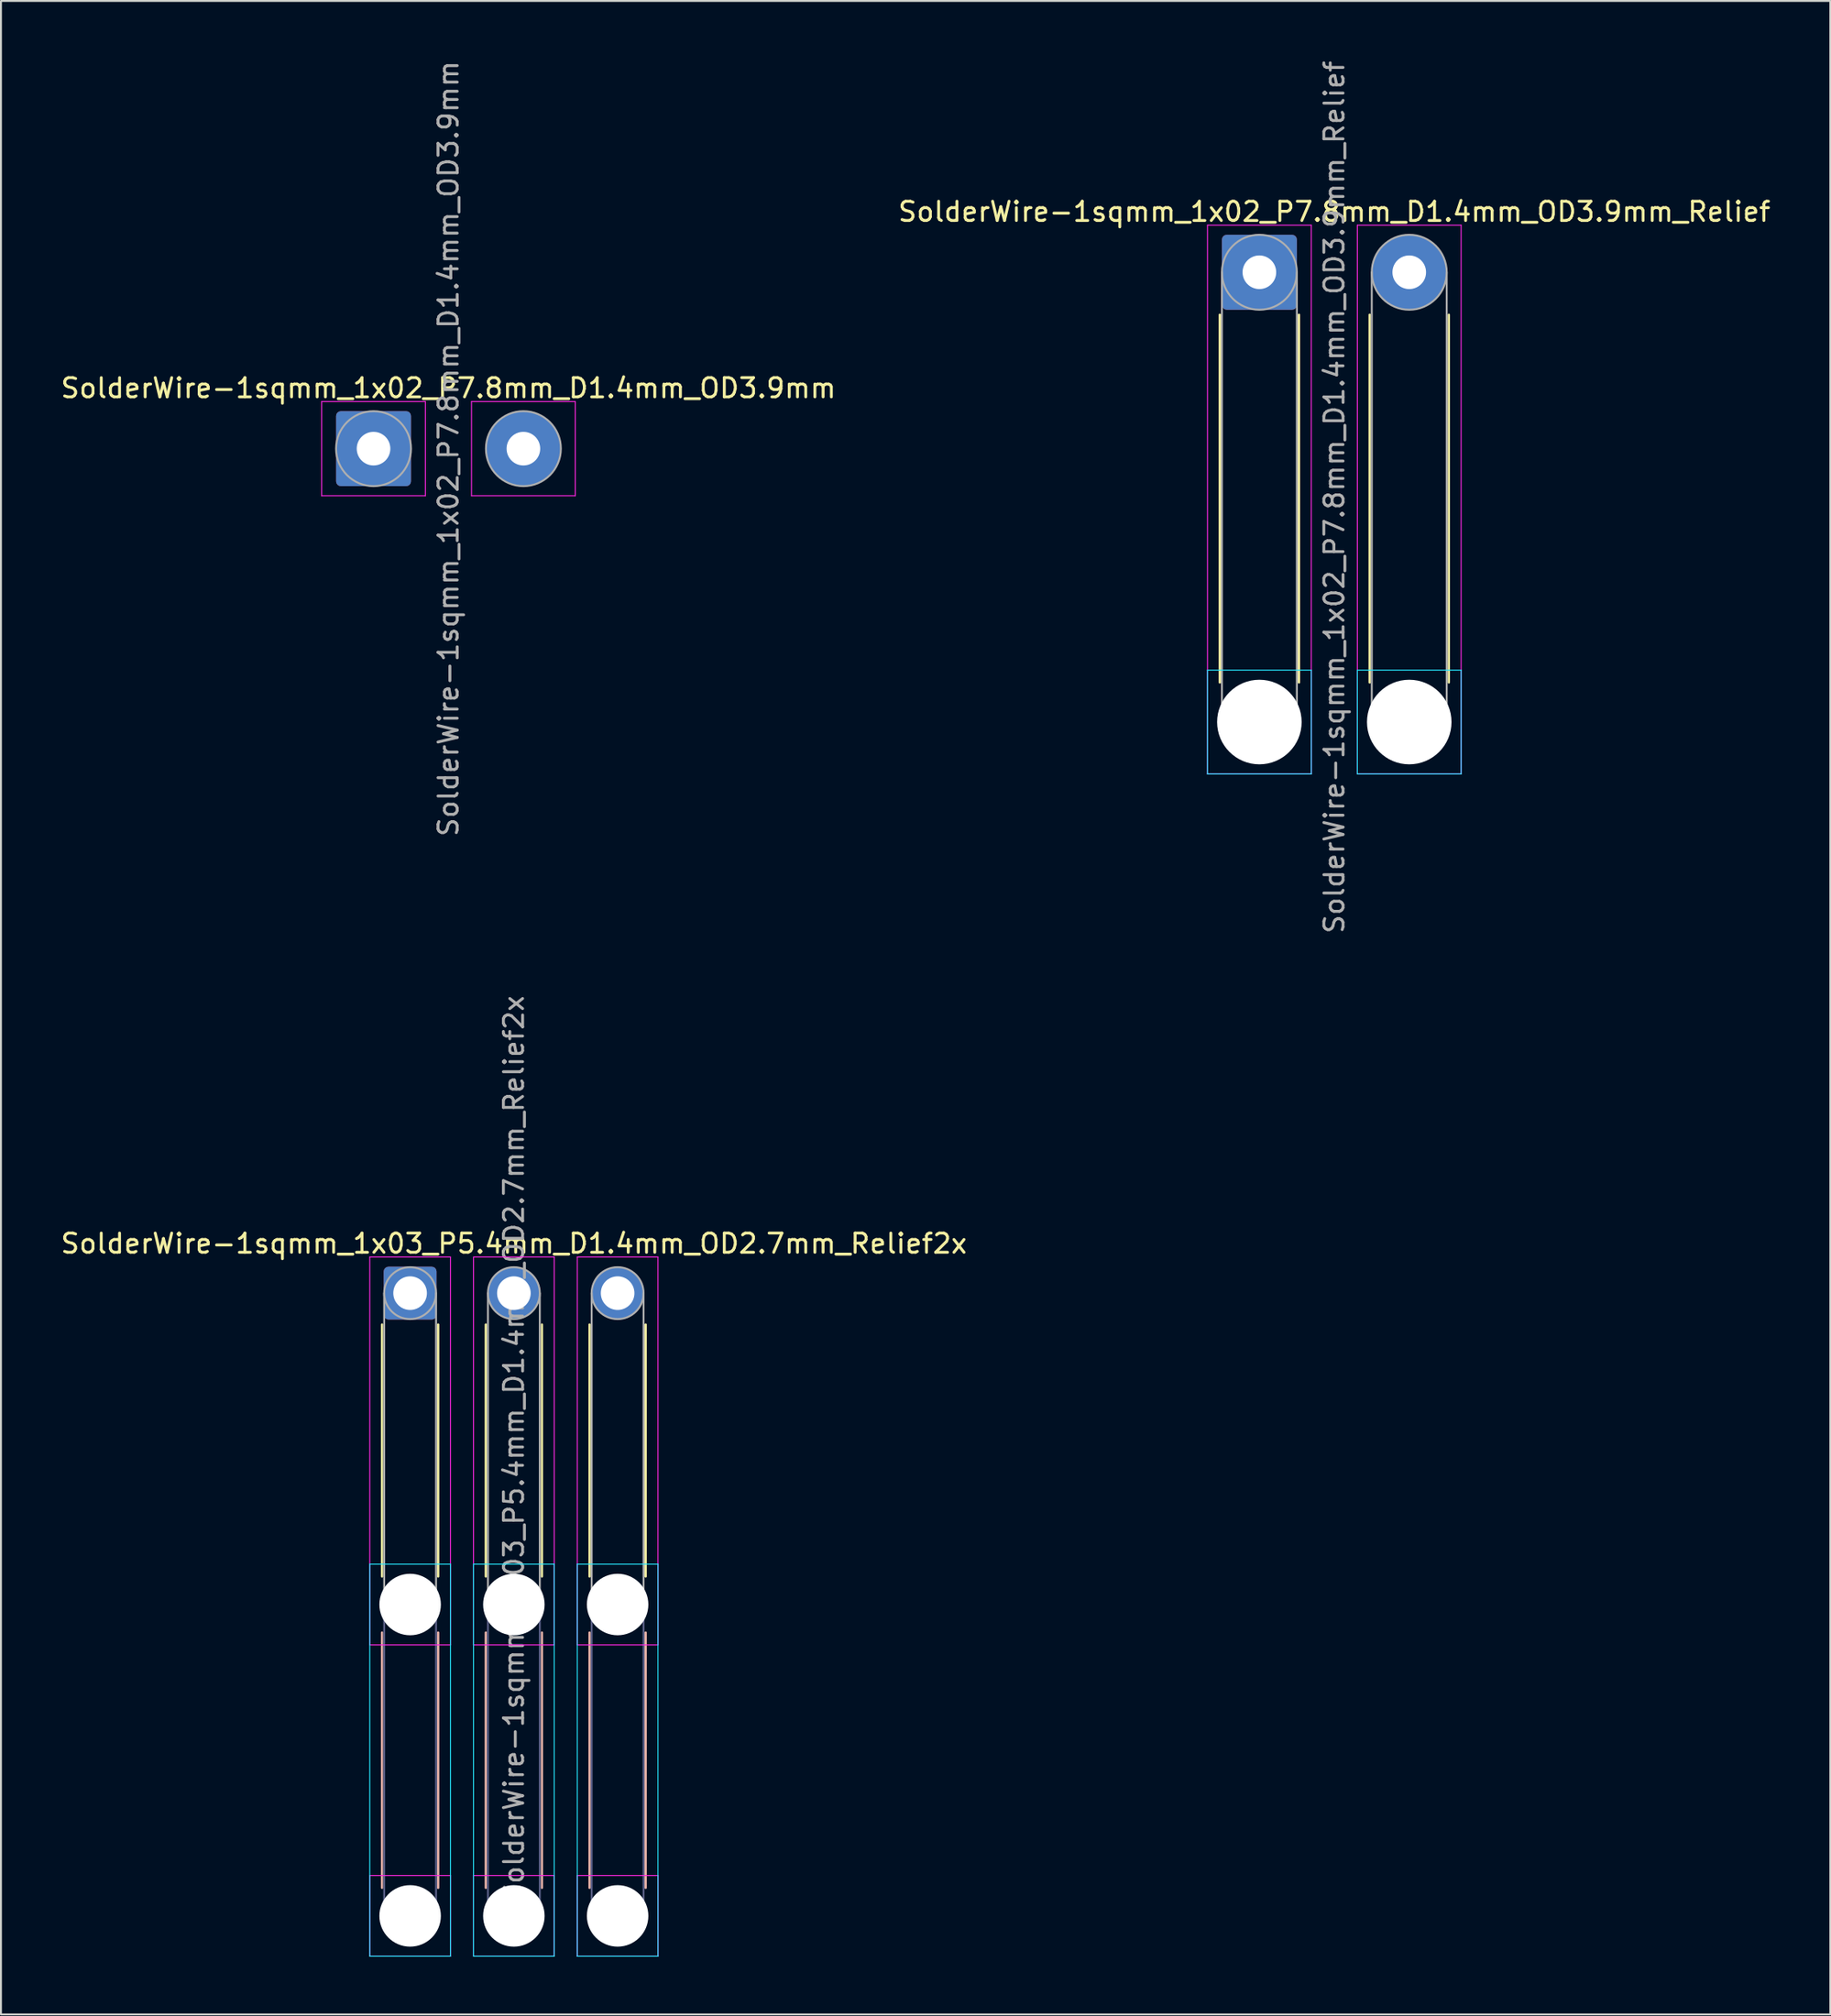
<source format=kicad_pcb>
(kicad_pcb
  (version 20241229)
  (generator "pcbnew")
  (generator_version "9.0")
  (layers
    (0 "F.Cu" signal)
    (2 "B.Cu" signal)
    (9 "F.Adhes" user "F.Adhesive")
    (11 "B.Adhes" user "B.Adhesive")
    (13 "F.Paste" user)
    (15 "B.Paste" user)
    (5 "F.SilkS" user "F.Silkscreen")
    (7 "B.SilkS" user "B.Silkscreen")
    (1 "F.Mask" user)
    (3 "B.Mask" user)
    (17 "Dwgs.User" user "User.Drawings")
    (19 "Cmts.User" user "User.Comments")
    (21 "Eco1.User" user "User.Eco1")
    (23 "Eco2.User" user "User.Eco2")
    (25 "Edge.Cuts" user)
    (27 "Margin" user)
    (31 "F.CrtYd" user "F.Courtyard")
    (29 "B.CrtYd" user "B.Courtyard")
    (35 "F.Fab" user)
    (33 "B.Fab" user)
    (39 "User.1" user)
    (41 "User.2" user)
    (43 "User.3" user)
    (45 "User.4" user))
  (footprint "SolderWire-1sqmm_1x03_P5.4mm_D1.4mm_OD2.7mm_Relief2x"
    (layer "F.Cu")
    (at 18.296 64.227)
    (property "Reference" "SolderWire-1sqmm_1x03_P5.4mm_D1.4mm_OD2.7mm_Relief2x" (at 5.4 -2.58 0) (layer "F.SilkS") (effects (font (size 1 1) (thickness 0.15))))
    (attr exclude_from_pos_files exclude_from_bom)
    (fp_line (start -1.46 1.635) (end -1.46 14.74) (stroke (width 0.12) (type solid)) (layer "F.SilkS"))
    (fp_line (start 1.46 1.635) (end 1.46 14.74) (stroke (width 0.12) (type solid)) (layer "F.SilkS"))
    (fp_line (start 3.94 1.635) (end 3.94 14.74) (stroke (width 0.12) (type solid)) (layer "F.SilkS"))
    (fp_line (start 6.86 1.635) (end 6.86 14.74) (stroke (width 0.12) (type solid)) (layer "F.SilkS"))
    (fp_line (start 9.34 1.635) (end 9.34 14.74) (stroke (width 0.12) (type solid)) (layer "F.SilkS"))
    (fp_line (start 12.26 1.635) (end 12.26 14.74) (stroke (width 0.12) (type solid)) (layer "F.SilkS"))
    (fp_line (start -1.46 17.66) (end -1.46 30.94) (stroke (width 0.12) (type solid)) (layer "B.SilkS"))
    (fp_line (start 1.46 17.66) (end 1.46 30.94) (stroke (width 0.12) (type solid)) (layer "B.SilkS"))
    (fp_line (start 3.94 17.66) (end 3.94 30.94) (stroke (width 0.12) (type solid)) (layer "B.SilkS"))
    (fp_line (start 6.86 17.66) (end 6.86 30.94) (stroke (width 0.12) (type solid)) (layer "B.SilkS"))
    (fp_line (start 9.34 17.66) (end 9.34 30.94) (stroke (width 0.12) (type solid)) (layer "B.SilkS"))
    (fp_line (start 12.26 17.66) (end 12.26 30.94) (stroke (width 0.12) (type solid)) (layer "B.SilkS"))
    (fp_line (start -2.1 14.1) (end -2.1 34.5) (stroke (width 0.05) (type solid)) (layer "B.CrtYd"))
    (fp_line (start -2.1 34.5) (end 2.1 34.5) (stroke (width 0.05) (type solid)) (layer "B.CrtYd"))
    (fp_line (start 2.1 14.1) (end -2.1 14.1) (stroke (width 0.05) (type solid)) (layer "B.CrtYd"))
    (fp_line (start 2.1 34.5) (end 2.1 14.1) (stroke (width 0.05) (type solid)) (layer "B.CrtYd"))
    (fp_line (start 3.3 14.1) (end 3.3 34.5) (stroke (width 0.05) (type solid)) (layer "B.CrtYd"))
    (fp_line (start 3.3 34.5) (end 7.5 34.5) (stroke (width 0.05) (type solid)) (layer "B.CrtYd"))
    (fp_line (start 7.5 14.1) (end 3.3 14.1) (stroke (width 0.05) (type solid)) (layer "B.CrtYd"))
    (fp_line (start 7.5 34.5) (end 7.5 14.1) (stroke (width 0.05) (type solid)) (layer "B.CrtYd"))
    (fp_line (start 8.7 14.1) (end 8.7 34.5) (stroke (width 0.05) (type solid)) (layer "B.CrtYd"))
    (fp_line (start 8.7 34.5) (end 12.9 34.5) (stroke (width 0.05) (type solid)) (layer "B.CrtYd"))
    (fp_line (start 12.9 14.1) (end 8.7 14.1) (stroke (width 0.05) (type solid)) (layer "B.CrtYd"))
    (fp_line (start 12.9 34.5) (end 12.9 14.1) (stroke (width 0.05) (type solid)) (layer "B.CrtYd"))
    (fp_line (start -2.1 -1.88) (end -2.1 18.3) (stroke (width 0.05) (type solid)) (layer "F.CrtYd"))
    (fp_line (start -2.1 18.3) (end 2.1 18.3) (stroke (width 0.05) (type solid)) (layer "F.CrtYd"))
    (fp_line (start -2.1 30.3) (end -2.1 34.5) (stroke (width 0.05) (type solid)) (layer "F.CrtYd"))
    (fp_line (start -2.1 34.5) (end 2.1 34.5) (stroke (width 0.05) (type solid)) (layer "F.CrtYd"))
    (fp_line (start 2.1 -1.88) (end -2.1 -1.88) (stroke (width 0.05) (type solid)) (layer "F.CrtYd"))
    (fp_line (start 2.1 18.3) (end 2.1 -1.88) (stroke (width 0.05) (type solid)) (layer "F.CrtYd"))
    (fp_line (start 2.1 30.3) (end -2.1 30.3) (stroke (width 0.05) (type solid)) (layer "F.CrtYd"))
    (fp_line (start 2.1 34.5) (end 2.1 30.3) (stroke (width 0.05) (type solid)) (layer "F.CrtYd"))
    (fp_line (start 3.3 -1.88) (end 3.3 18.3) (stroke (width 0.05) (type solid)) (layer "F.CrtYd"))
    (fp_line (start 3.3 18.3) (end 7.5 18.3) (stroke (width 0.05) (type solid)) (layer "F.CrtYd"))
    (fp_line (start 3.3 30.3) (end 3.3 34.5) (stroke (width 0.05) (type solid)) (layer "F.CrtYd"))
    (fp_line (start 3.3 34.5) (end 7.5 34.5) (stroke (width 0.05) (type solid)) (layer "F.CrtYd"))
    (fp_line (start 7.5 -1.88) (end 3.3 -1.88) (stroke (width 0.05) (type solid)) (layer "F.CrtYd"))
    (fp_line (start 7.5 18.3) (end 7.5 -1.88) (stroke (width 0.05) (type solid)) (layer "F.CrtYd"))
    (fp_line (start 7.5 30.3) (end 3.3 30.3) (stroke (width 0.05) (type solid)) (layer "F.CrtYd"))
    (fp_line (start 7.5 34.5) (end 7.5 30.3) (stroke (width 0.05) (type solid)) (layer "F.CrtYd"))
    (fp_line (start 8.7 -1.88) (end 8.7 18.3) (stroke (width 0.05) (type solid)) (layer "F.CrtYd"))
    (fp_line (start 8.7 18.3) (end 12.9 18.3) (stroke (width 0.05) (type solid)) (layer "F.CrtYd"))
    (fp_line (start 8.7 30.3) (end 8.7 34.5) (stroke (width 0.05) (type solid)) (layer "F.CrtYd"))
    (fp_line (start 8.7 34.5) (end 12.9 34.5) (stroke (width 0.05) (type solid)) (layer "F.CrtYd"))
    (fp_line (start 12.9 -1.88) (end 8.7 -1.88) (stroke (width 0.05) (type solid)) (layer "F.CrtYd"))
    (fp_line (start 12.9 18.3) (end 12.9 -1.88) (stroke (width 0.05) (type solid)) (layer "F.CrtYd"))
    (fp_line (start 12.9 30.3) (end 8.7 30.3) (stroke (width 0.05) (type solid)) (layer "F.CrtYd"))
    (fp_line (start 12.9 34.5) (end 12.9 30.3) (stroke (width 0.05) (type solid)) (layer "F.CrtYd"))
    (fp_line (start -1.35 16.2) (end -1.35 32.4) (stroke (width 0.1) (type solid)) (layer "B.Fab"))
    (fp_line (start 1.35 16.2) (end 1.35 32.4) (stroke (width 0.1) (type solid)) (layer "B.Fab"))
    (fp_line (start 4.05 16.2) (end 4.05 32.4) (stroke (width 0.1) (type solid)) (layer "B.Fab"))
    (fp_line (start 6.75 16.2) (end 6.75 32.4) (stroke (width 0.1) (type solid)) (layer "B.Fab"))
    (fp_line (start 9.45 16.2) (end 9.45 32.4) (stroke (width 0.1) (type solid)) (layer "B.Fab"))
    (fp_line (start 12.15 16.2) (end 12.15 32.4) (stroke (width 0.1) (type solid)) (layer "B.Fab"))
    (fp_circle (center 0 16.2) (end 1.35 16.2) (stroke (width 0.1) (type solid)) (fill no) (layer "B.Fab"))
    (fp_circle (center 0 32.4) (end 1.35 32.4) (stroke (width 0.1) (type solid)) (fill no) (layer "B.Fab"))
    (fp_circle (center 5.4 16.2) (end 6.75 16.2) (stroke (width 0.1) (type solid)) (fill no) (layer "B.Fab"))
    (fp_circle (center 5.4 32.4) (end 6.75 32.4) (stroke (width 0.1) (type solid)) (fill no) (layer "B.Fab"))
    (fp_circle (center 10.8 16.2) (end 12.15 16.2) (stroke (width 0.1) (type solid)) (fill no) (layer "B.Fab"))
    (fp_circle (center 10.8 32.4) (end 12.15 32.4) (stroke (width 0.1) (type solid)) (fill no) (layer "B.Fab"))
    (fp_line (start -1.35 0) (end -1.35 16.2) (stroke (width 0.1) (type solid)) (layer "F.Fab"))
    (fp_line (start 1.35 0) (end 1.35 16.2) (stroke (width 0.1) (type solid)) (layer "F.Fab"))
    (fp_line (start 4.05 0) (end 4.05 16.2) (stroke (width 0.1) (type solid)) (layer "F.Fab"))
    (fp_line (start 6.75 0) (end 6.75 16.2) (stroke (width 0.1) (type solid)) (layer "F.Fab"))
    (fp_line (start 9.45 0) (end 9.45 16.2) (stroke (width 0.1) (type solid)) (layer "F.Fab"))
    (fp_line (start 12.15 0) (end 12.15 16.2) (stroke (width 0.1) (type solid)) (layer "F.Fab"))
    (fp_circle (center 0 0) (end 1.35 0) (stroke (width 0.1) (type solid)) (fill no) (layer "F.Fab"))
    (fp_circle (center 0 16.2) (end 1.35 16.2) (stroke (width 0.1) (type solid)) (fill no) (layer "F.Fab"))
    (fp_circle (center 0 32.4) (end 1.35 32.4) (stroke (width 0.1) (type solid)) (fill no) (layer "F.Fab"))
    (fp_circle (center 5.4 0) (end 6.75 0) (stroke (width 0.1) (type solid)) (fill no) (layer "F.Fab"))
    (fp_circle (center 5.4 16.2) (end 6.75 16.2) (stroke (width 0.1) (type solid)) (fill no) (layer "F.Fab"))
    (fp_circle (center 5.4 32.4) (end 6.75 32.4) (stroke (width 0.1) (type solid)) (fill no) (layer "F.Fab"))
    (fp_circle (center 10.8 0) (end 12.15 0) (stroke (width 0.1) (type solid)) (fill no) (layer "F.Fab"))
    (fp_circle (center 10.8 16.2) (end 12.15 16.2) (stroke (width 0.1) (type solid)) (fill no) (layer "F.Fab"))
    (fp_circle (center 10.8 32.4) (end 12.15 32.4) (stroke (width 0.1) (type solid)) (fill no) (layer "F.Fab"))
    (fp_text user "${REFERENCE}" (at 5.4 8.1 90) (layer "F.Fab") (effects (font (size 1 1) (thickness 0.15))))
    (pad "" np_thru_hole circle (at 0 16.2) (size 3.2 3.2) (drill 3.2) (layers "*.Cu" "*.Mask"))
    (pad "" np_thru_hole circle (at 0 32.4) (size 3.2 3.2) (drill 3.2) (layers "*.Cu" "*.Mask"))
    (pad "" np_thru_hole circle (at 5.4 16.2) (size 3.2 3.2) (drill 3.2) (layers "*.Cu" "*.Mask"))
    (pad "" np_thru_hole circle (at 5.4 32.4) (size 3.2 3.2) (drill 3.2) (layers "*.Cu" "*.Mask"))
    (pad "" np_thru_hole circle (at 10.8 16.2) (size 3.2 3.2) (drill 3.2) (layers "*.Cu" "*.Mask"))
    (pad "" np_thru_hole circle (at 10.8 32.4) (size 3.2 3.2) (drill 3.2) (layers "*.Cu" "*.Mask"))
    (pad "1" thru_hole roundrect (at 0 0) (size 2.75 2.75) (drill 1.75) (layers "*.Cu" "*.Mask") (roundrect_rratio 0.091))
    (pad "2" thru_hole circle (at 5.4 0) (size 2.75 2.75) (drill 1.75) (layers "*.Cu" "*.Mask"))
    (pad "3" thru_hole circle (at 10.8 0) (size 2.75 2.75) (drill 1.75) (layers "*.Cu" "*.Mask")))
  (footprint "SolderWire-1sqmm_1x02_P7.8mm_D1.4mm_OD3.9mm"
    (layer "F.Cu")
    (at 16.392 20.292)
    (property "Reference" "SolderWire-1sqmm_1x02_P7.8mm_D1.4mm_OD3.9mm" (at 3.9 -3.15 0) (layer "F.SilkS") (effects (font (size 1 1) (thickness 0.15))))
    (attr exclude_from_pos_files exclude_from_bom)
    (fp_line (start -2.7 -2.45) (end -2.7 2.45) (stroke (width 0.05) (type solid)) (layer "F.CrtYd"))
    (fp_line (start -2.7 2.45) (end 2.7 2.45) (stroke (width 0.05) (type solid)) (layer "F.CrtYd"))
    (fp_line (start 2.7 -2.45) (end -2.7 -2.45) (stroke (width 0.05) (type solid)) (layer "F.CrtYd"))
    (fp_line (start 2.7 2.45) (end 2.7 -2.45) (stroke (width 0.05) (type solid)) (layer "F.CrtYd"))
    (fp_line (start 5.1 -2.45) (end 5.1 2.45) (stroke (width 0.05) (type solid)) (layer "F.CrtYd"))
    (fp_line (start 5.1 2.45) (end 10.5 2.45) (stroke (width 0.05) (type solid)) (layer "F.CrtYd"))
    (fp_line (start 10.5 -2.45) (end 5.1 -2.45) (stroke (width 0.05) (type solid)) (layer "F.CrtYd"))
    (fp_line (start 10.5 2.45) (end 10.5 -2.45) (stroke (width 0.05) (type solid)) (layer "F.CrtYd"))
    (fp_circle (center 0 0) (end 1.95 0) (stroke (width 0.1) (type solid)) (fill no) (layer "F.Fab"))
    (fp_circle (center 7.8 0) (end 9.75 0) (stroke (width 0.1) (type solid)) (fill no) (layer "F.Fab"))
    (fp_text user "${REFERENCE}" (at 3.9 0 90) (layer "F.Fab") (effects (font (size 1 1) (thickness 0.15))))
    (pad "1" thru_hole roundrect (at 0 0) (size 3.9 3.9) (drill 1.75) (layers "*.Cu" "*.Mask") (roundrect_rratio 0.064))
    (pad "2" thru_hole circle (at 7.8 0) (size 3.9 3.9) (drill 1.75) (layers "*.Cu" "*.Mask")))
  (footprint "SolderWire-1sqmm_1x02_P7.8mm_D1.4mm_OD3.9mm_Relief"
    (layer "F.Cu")
    (at 62.499 11.115)
    (property "Reference" "SolderWire-1sqmm_1x02_P7.8mm_D1.4mm_OD3.9mm_Relief" (at 3.9 -3.15 0) (layer "F.SilkS") (effects (font (size 1 1) (thickness 0.15))))
    (attr exclude_from_pos_files exclude_from_bom)
    (fp_line (start -2.06 2.21) (end -2.06 21.34) (stroke (width 0.12) (type solid)) (layer "F.SilkS"))
    (fp_line (start 2.06 2.21) (end 2.06 21.34) (stroke (width 0.12) (type solid)) (layer "F.SilkS"))
    (fp_line (start 5.74 2.21) (end 5.74 21.34) (stroke (width 0.12) (type solid)) (layer "F.SilkS"))
    (fp_line (start 9.86 2.21) (end 9.86 21.34) (stroke (width 0.12) (type solid)) (layer "F.SilkS"))
    (fp_line (start -2.7 20.7) (end -2.7 26.1) (stroke (width 0.05) (type solid)) (layer "B.CrtYd"))
    (fp_line (start -2.7 26.1) (end 2.7 26.1) (stroke (width 0.05) (type solid)) (layer "B.CrtYd"))
    (fp_line (start 2.7 20.7) (end -2.7 20.7) (stroke (width 0.05) (type solid)) (layer "B.CrtYd"))
    (fp_line (start 2.7 26.1) (end 2.7 20.7) (stroke (width 0.05) (type solid)) (layer "B.CrtYd"))
    (fp_line (start 5.1 20.7) (end 5.1 26.1) (stroke (width 0.05) (type solid)) (layer "B.CrtYd"))
    (fp_line (start 5.1 26.1) (end 10.5 26.1) (stroke (width 0.05) (type solid)) (layer "B.CrtYd"))
    (fp_line (start 10.5 20.7) (end 5.1 20.7) (stroke (width 0.05) (type solid)) (layer "B.CrtYd"))
    (fp_line (start 10.5 26.1) (end 10.5 20.7) (stroke (width 0.05) (type solid)) (layer "B.CrtYd"))
    (fp_line (start -2.7 -2.45) (end -2.7 26.1) (stroke (width 0.05) (type solid)) (layer "F.CrtYd"))
    (fp_line (start -2.7 26.1) (end 2.7 26.1) (stroke (width 0.05) (type solid)) (layer "F.CrtYd"))
    (fp_line (start 2.7 -2.45) (end -2.7 -2.45) (stroke (width 0.05) (type solid)) (layer "F.CrtYd"))
    (fp_line (start 2.7 26.1) (end 2.7 -2.45) (stroke (width 0.05) (type solid)) (layer "F.CrtYd"))
    (fp_line (start 5.1 -2.45) (end 5.1 26.1) (stroke (width 0.05) (type solid)) (layer "F.CrtYd"))
    (fp_line (start 5.1 26.1) (end 10.5 26.1) (stroke (width 0.05) (type solid)) (layer "F.CrtYd"))
    (fp_line (start 10.5 -2.45) (end 5.1 -2.45) (stroke (width 0.05) (type solid)) (layer "F.CrtYd"))
    (fp_line (start 10.5 26.1) (end 10.5 -2.45) (stroke (width 0.05) (type solid)) (layer "F.CrtYd"))
    (fp_line (start -1.95 0) (end -1.95 23.4) (stroke (width 0.1) (type solid)) (layer "F.Fab"))
    (fp_line (start 1.95 0) (end 1.95 23.4) (stroke (width 0.1) (type solid)) (layer "F.Fab"))
    (fp_line (start 5.85 0) (end 5.85 23.4) (stroke (width 0.1) (type solid)) (layer "F.Fab"))
    (fp_line (start 9.75 0) (end 9.75 23.4) (stroke (width 0.1) (type solid)) (layer "F.Fab"))
    (fp_circle (center 0 0) (end 1.95 0) (stroke (width 0.1) (type solid)) (fill no) (layer "F.Fab"))
    (fp_circle (center 0 23.4) (end 1.95 23.4) (stroke (width 0.1) (type solid)) (fill no) (layer "F.Fab"))
    (fp_circle (center 7.8 0) (end 9.75 0) (stroke (width 0.1) (type solid)) (fill no) (layer "F.Fab"))
    (fp_circle (center 7.8 23.4) (end 9.75 23.4) (stroke (width 0.1) (type solid)) (fill no) (layer "F.Fab"))
    (fp_text user "${REFERENCE}" (at 3.9 11.7 90) (layer "F.Fab") (effects (font (size 1 1) (thickness 0.15))))
    (pad "" np_thru_hole circle (at 0 23.4) (size 4.4 4.4) (drill 4.4) (layers "*.Cu" "*.Mask"))
    (pad "" np_thru_hole circle (at 7.8 23.4) (size 4.4 4.4) (drill 4.4) (layers "*.Cu" "*.Mask"))
    (pad "1" thru_hole roundrect (at 0 0) (size 3.9 3.9) (drill 1.75) (layers "*.Cu" "*.Mask") (roundrect_rratio 0.064))
    (pad "2" thru_hole circle (at 7.8 0) (size 3.9 3.9) (drill 1.75) (layers "*.Cu" "*.Mask")))
  (gr_rect
    (start -3 -3)
    (end 92.214 101.752)
    (stroke (width 0.1) (type default))
    (fill no)
    (layer "Edge.Cuts")))
</source>
